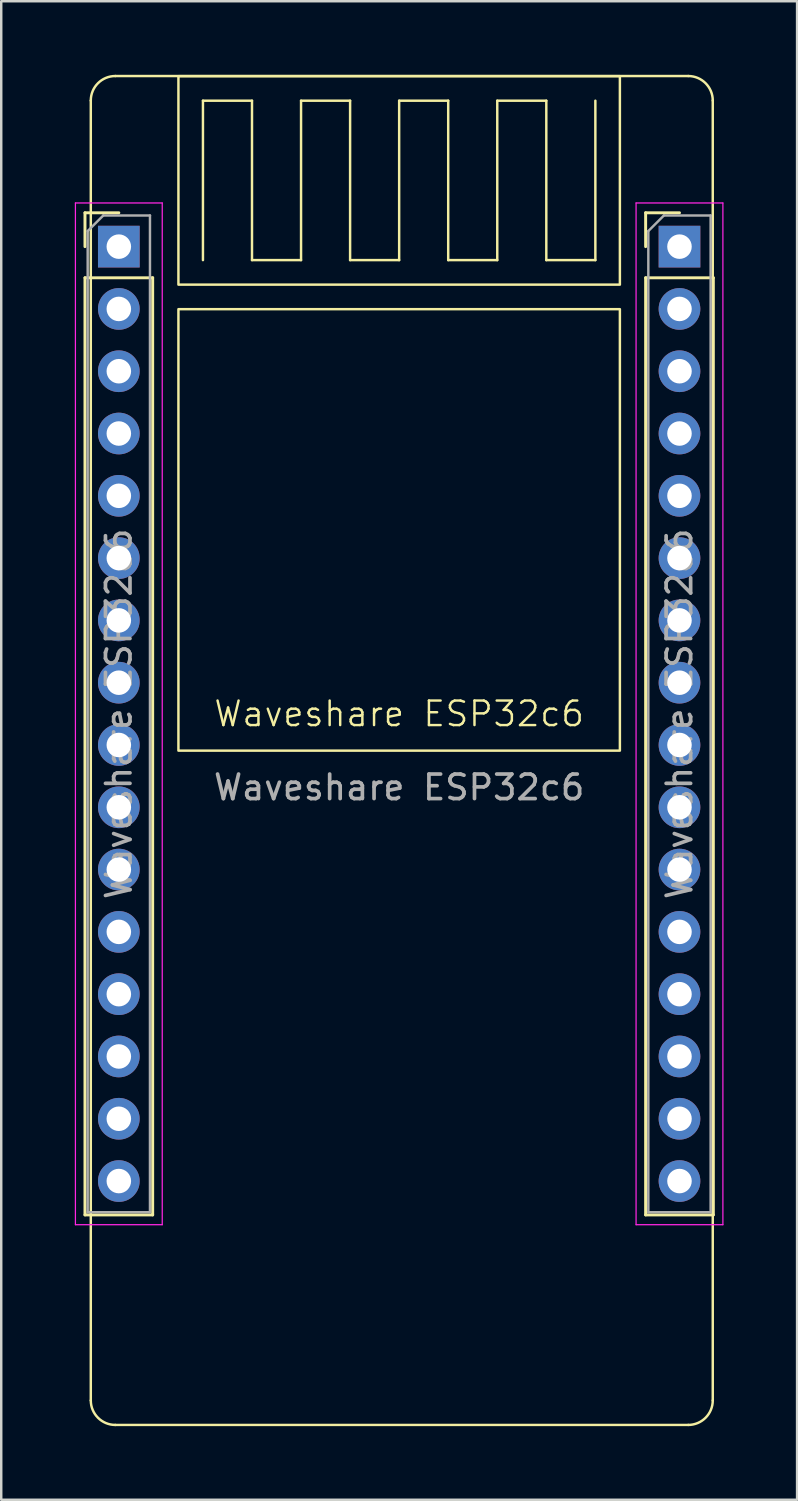
<source format=kicad_pcb>
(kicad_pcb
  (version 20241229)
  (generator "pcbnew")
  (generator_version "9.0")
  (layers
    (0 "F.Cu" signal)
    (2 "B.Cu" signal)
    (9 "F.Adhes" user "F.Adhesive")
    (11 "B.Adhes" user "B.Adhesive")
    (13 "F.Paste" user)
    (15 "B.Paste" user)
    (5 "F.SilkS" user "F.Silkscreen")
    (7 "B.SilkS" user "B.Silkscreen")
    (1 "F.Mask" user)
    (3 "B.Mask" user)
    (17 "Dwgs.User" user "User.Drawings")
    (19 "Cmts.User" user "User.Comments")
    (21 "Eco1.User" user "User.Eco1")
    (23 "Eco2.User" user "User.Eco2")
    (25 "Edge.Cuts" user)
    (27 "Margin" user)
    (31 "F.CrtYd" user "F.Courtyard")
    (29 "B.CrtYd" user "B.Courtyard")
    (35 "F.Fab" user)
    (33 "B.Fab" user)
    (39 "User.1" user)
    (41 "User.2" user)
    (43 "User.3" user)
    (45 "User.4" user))
  (footprint "Waveshare ESP32c6"
    (layer "F.Cu")
    (at 13.225 26.556)
    (property "Reference" "Waveshare ESP32c6" (at 0 -0.5 0) (unlocked yes) (layer "F.SilkS") (effects (font (size 1 1) (thickness 0.1))))
    (attr smd)
    (fp_line (start -12.81 -20.93) (end -11.43 -20.93) (stroke (width 0.12) (type solid)) (layer "F.SilkS"))
    (fp_line (start -12.81 -19.55) (end -12.81 -20.93) (stroke (width 0.12) (type solid)) (layer "F.SilkS"))
    (fp_line (start -12.81 -18.28) (end -12.81 19.93) (stroke (width 0.12) (type solid)) (layer "F.SilkS"))
    (fp_line (start -12.81 -18.28) (end -10.05 -18.28) (stroke (width 0.12) (type solid)) (layer "F.SilkS"))
    (fp_line (start -12.81 19.93) (end -10.05 19.93) (stroke (width 0.12) (type solid)) (layer "F.SilkS"))
    (fp_line (start -12.573 27.494) (end -12.573 -25.506) (stroke (width 0.1) (type default)) (layer "F.SilkS"))
    (fp_line (start -11.573 -26.506) (end 11.787 -26.506) (stroke (width 0.1) (type default)) (layer "F.SilkS"))
    (fp_line (start -10.05 -18.28) (end -10.05 19.93) (stroke (width 0.12) (type solid)) (layer "F.SilkS"))
    (fp_line (start -8 -25.5) (end -6 -25.5) (stroke (width 0.1) (type default)) (layer "F.SilkS"))
    (fp_line (start -8 -19) (end -8 -25.5) (stroke (width 0.1) (type default)) (layer "F.SilkS"))
    (fp_line (start -6 -25.5) (end -6 -19) (stroke (width 0.1) (type default)) (layer "F.SilkS"))
    (fp_line (start -6 -19) (end -4 -19) (stroke (width 0.1) (type default)) (layer "F.SilkS"))
    (fp_line (start -4 -25.5) (end -2 -25.5) (stroke (width 0.1) (type default)) (layer "F.SilkS"))
    (fp_line (start -4 -19) (end -4 -25.5) (stroke (width 0.1) (type default)) (layer "F.SilkS"))
    (fp_line (start -2 -25.5) (end -2 -19) (stroke (width 0.1) (type default)) (layer "F.SilkS"))
    (fp_line (start -2 -19) (end 0 -19) (stroke (width 0.1) (type default)) (layer "F.SilkS"))
    (fp_line (start 0 -25.5) (end 2 -25.5) (stroke (width 0.1) (type default)) (layer "F.SilkS"))
    (fp_line (start 0 -19) (end 0 -25.5) (stroke (width 0.1) (type default)) (layer "F.SilkS"))
    (fp_line (start 2 -25.5) (end 2 -19) (stroke (width 0.1) (type default)) (layer "F.SilkS"))
    (fp_line (start 2 -19) (end 4 -19) (stroke (width 0.1) (type default)) (layer "F.SilkS"))
    (fp_line (start 4 -25.5) (end 6 -25.5) (stroke (width 0.1) (type default)) (layer "F.SilkS"))
    (fp_line (start 4 -19) (end 4 -25.5) (stroke (width 0.1) (type default)) (layer "F.SilkS"))
    (fp_line (start 6 -25.5) (end 6 -19) (stroke (width 0.1) (type default)) (layer "F.SilkS"))
    (fp_line (start 6 -19) (end 8 -19) (stroke (width 0.1) (type default)) (layer "F.SilkS"))
    (fp_line (start 8 -19) (end 8 -25.5) (stroke (width 0.1) (type default)) (layer "F.SilkS"))
    (fp_line (start 10.05 -20.93) (end 11.43 -20.93) (stroke (width 0.12) (type solid)) (layer "F.SilkS"))
    (fp_line (start 10.05 -19.55) (end 10.05 -20.93) (stroke (width 0.12) (type solid)) (layer "F.SilkS"))
    (fp_line (start 10.05 -18.28) (end 10.05 19.93) (stroke (width 0.12) (type solid)) (layer "F.SilkS"))
    (fp_line (start 10.05 -18.28) (end 12.81 -18.28) (stroke (width 0.12) (type solid)) (layer "F.SilkS"))
    (fp_line (start 10.05 19.93) (end 12.81 19.93) (stroke (width 0.12) (type solid)) (layer "F.SilkS"))
    (fp_line (start 11.787 28.494) (end -11.573 28.494) (stroke (width 0.1) (type default)) (layer "F.SilkS"))
    (fp_line (start 12.787 -25.506) (end 12.787 27.494) (stroke (width 0.1) (type default)) (layer "F.SilkS"))
    (fp_line (start 12.81 -18.28) (end 12.81 19.93) (stroke (width 0.12) (type solid)) (layer "F.SilkS"))
    (fp_rect (start -9 -26.5) (end 9 -18) (stroke (width 0.1) (type default)) (fill no) (layer "F.SilkS"))
    (fp_rect (start -9 -17) (end 9 1) (stroke (width 0.1) (type default)) (fill no) (layer "F.SilkS"))
    (fp_arc (start -12.573022 -25.506088) (mid -12.280129 -26.213195) (end -11.573022 -26.506088) (stroke (width 0.1) (type default)) (layer "F.SilkS"))
    (fp_arc (start -11.573022 28.493912) (mid -12.280129 28.201019) (end -12.573022 27.493912) (stroke (width 0.1) (type default)) (layer "F.SilkS"))
    (fp_arc (start 11.786978 -26.506088) (mid 12.494085 -26.213195) (end 12.786978 -25.506088) (stroke (width 0.1) (type default)) (layer "F.SilkS"))
    (fp_arc (start 12.786978 27.493912) (mid 12.494085 28.201019) (end 11.786978 28.493912) (stroke (width 0.1) (type default)) (layer "F.SilkS"))
    (fp_line (start -13.2 -21.33) (end -13.2 20.33) (stroke (width 0.05) (type solid)) (layer "F.CrtYd"))
    (fp_line (start -13.2 20.33) (end -9.66 20.33) (stroke (width 0.05) (type solid)) (layer "F.CrtYd"))
    (fp_line (start -9.66 -21.33) (end -13.2 -21.33) (stroke (width 0.05) (type solid)) (layer "F.CrtYd"))
    (fp_line (start -9.66 20.33) (end -9.66 -21.33) (stroke (width 0.05) (type solid)) (layer "F.CrtYd"))
    (fp_line (start 9.66 -21.33) (end 9.66 20.33) (stroke (width 0.05) (type solid)) (layer "F.CrtYd"))
    (fp_line (start 9.66 20.33) (end 13.2 20.33) (stroke (width 0.05) (type solid)) (layer "F.CrtYd"))
    (fp_line (start 13.2 -21.33) (end 9.66 -21.33) (stroke (width 0.05) (type solid)) (layer "F.CrtYd"))
    (fp_line (start 13.2 20.33) (end 13.2 -21.33) (stroke (width 0.05) (type solid)) (layer "F.CrtYd"))
    (fp_line (start -12.7 -20.185) (end -12.065 -20.82) (stroke (width 0.1) (type solid)) (layer "F.Fab"))
    (fp_line (start -12.7 19.82) (end -12.7 -20.185) (stroke (width 0.1) (type solid)) (layer "F.Fab"))
    (fp_line (start -12.065 -20.82) (end -10.16 -20.82) (stroke (width 0.1) (type solid)) (layer "F.Fab"))
    (fp_line (start -10.16 -20.82) (end -10.16 19.82) (stroke (width 0.1) (type solid)) (layer "F.Fab"))
    (fp_line (start -10.16 19.82) (end -12.7 19.82) (stroke (width 0.1) (type solid)) (layer "F.Fab"))
    (fp_line (start 10.16 -20.185) (end 10.795 -20.82) (stroke (width 0.1) (type solid)) (layer "F.Fab"))
    (fp_line (start 10.16 19.82) (end 10.16 -20.185) (stroke (width 0.1) (type solid)) (layer "F.Fab"))
    (fp_line (start 10.795 -20.82) (end 12.7 -20.82) (stroke (width 0.1) (type solid)) (layer "F.Fab"))
    (fp_line (start 12.7 -20.82) (end 12.7 19.82) (stroke (width 0.1) (type solid)) (layer "F.Fab"))
    (fp_line (start 12.7 19.82) (end 10.16 19.82) (stroke (width 0.1) (type solid)) (layer "F.Fab"))
    (fp_text user "${REFERENCE}" (at 11.43 -0.5 90) (layer "F.Fab") (effects (font (size 1 1) (thickness 0.15))))
    (fp_text user "${REFERENCE}" (at -11.43 -0.5 90) (layer "F.Fab") (effects (font (size 1 1) (thickness 0.15))))
    (fp_text user "${REFERENCE}" (at 0 2.5 0) (unlocked yes) (layer "F.Fab") (effects (font (size 1 1) (thickness 0.15))))
    (pad "1" thru_hole rect (at -11.43 -19.55) (size 1.7 1.7) (drill 1) (layers "*.Cu" "*.Mask"))
    (pad "2" thru_hole circle (at -11.43 -17.01) (size 1.7 1.7) (drill 1) (layers "*.Cu" "*.Mask"))
    (pad "3" thru_hole circle (at -11.43 -14.47) (size 1.7 1.7) (drill 1) (layers "*.Cu" "*.Mask"))
    (pad "4" thru_hole circle (at -11.43 -11.93) (size 1.7 1.7) (drill 1) (layers "*.Cu" "*.Mask"))
    (pad "5" thru_hole circle (at -11.43 -9.39) (size 1.7 1.7) (drill 1) (layers "*.Cu" "*.Mask"))
    (pad "6" thru_hole circle (at -11.43 -6.85) (size 1.7 1.7) (drill 1) (layers "*.Cu" "*.Mask"))
    (pad "7" thru_hole circle (at -11.43 -4.31) (size 1.7 1.7) (drill 1) (layers "*.Cu" "*.Mask"))
    (pad "8" thru_hole circle (at -11.43 -1.77) (size 1.7 1.7) (drill 1) (layers "*.Cu" "*.Mask"))
    (pad "9" thru_hole circle (at -11.43 0.77) (size 1.7 1.7) (drill 1) (layers "*.Cu" "*.Mask"))
    (pad "10" thru_hole circle (at -11.43 3.31) (size 1.7 1.7) (drill 1) (layers "*.Cu" "*.Mask"))
    (pad "11" thru_hole circle (at -11.43 5.85) (size 1.7 1.7) (drill 1) (layers "*.Cu" "*.Mask"))
    (pad "12" thru_hole circle (at -11.43 8.39) (size 1.7 1.7) (drill 1) (layers "*.Cu" "*.Mask"))
    (pad "13" thru_hole circle (at -11.43 10.93) (size 1.7 1.7) (drill 1) (layers "*.Cu" "*.Mask"))
    (pad "14" thru_hole circle (at -11.43 13.47) (size 1.7 1.7) (drill 1) (layers "*.Cu" "*.Mask"))
    (pad "15" thru_hole circle (at -11.43 16.01) (size 1.7 1.7) (drill 1) (layers "*.Cu" "*.Mask"))
    (pad "16" thru_hole circle (at -11.43 18.55) (size 1.7 1.7) (drill 1) (layers "*.Cu" "*.Mask"))
    (pad "17" thru_hole rect (at 11.43 -19.55) (size 1.7 1.7) (drill 1) (layers "*.Cu" "*.Mask"))
    (pad "18" thru_hole circle (at 11.43 -17.01) (size 1.7 1.7) (drill 1) (layers "*.Cu" "*.Mask"))
    (pad "19" thru_hole circle (at 11.43 -14.47) (size 1.7 1.7) (drill 1) (layers "*.Cu" "*.Mask"))
    (pad "20" thru_hole circle (at 11.43 -11.93) (size 1.7 1.7) (drill 1) (layers "*.Cu" "*.Mask"))
    (pad "21" thru_hole circle (at 11.43 -9.39) (size 1.7 1.7) (drill 1) (layers "*.Cu" "*.Mask"))
    (pad "22" thru_hole circle (at 11.43 -6.85) (size 1.7 1.7) (drill 1) (layers "*.Cu" "*.Mask"))
    (pad "23" thru_hole circle (at 11.43 -4.31) (size 1.7 1.7) (drill 1) (layers "*.Cu" "*.Mask"))
    (pad "24" thru_hole circle (at 11.43 -1.77) (size 1.7 1.7) (drill 1) (layers "*.Cu" "*.Mask"))
    (pad "25" thru_hole circle (at 11.43 0.77) (size 1.7 1.7) (drill 1) (layers "*.Cu" "*.Mask"))
    (pad "26" thru_hole circle (at 11.43 3.31) (size 1.7 1.7) (drill 1) (layers "*.Cu" "*.Mask"))
    (pad "27" thru_hole circle (at 11.43 5.85) (size 1.7 1.7) (drill 1) (layers "*.Cu" "*.Mask"))
    (pad "28" thru_hole circle (at 11.43 8.39) (size 1.7 1.7) (drill 1) (layers "*.Cu" "*.Mask"))
    (pad "29" thru_hole circle (at 11.43 10.93) (size 1.7 1.7) (drill 1) (layers "*.Cu" "*.Mask"))
    (pad "30" thru_hole circle (at 11.43 13.47) (size 1.7 1.7) (drill 1) (layers "*.Cu" "*.Mask"))
    (pad "31" thru_hole circle (at 11.43 16.01) (size 1.7 1.7) (drill 1) (layers "*.Cu" "*.Mask"))
    (pad "32" thru_hole circle (at 11.43 18.55) (size 1.7 1.7) (drill 1) (layers "*.Cu" "*.Mask")))
  (gr_rect
    (start -3 -3)
    (end 29.45 58.1)
    (stroke (width 0.1) (type default))
    (fill no)
    (layer "Edge.Cuts")))
</source>
